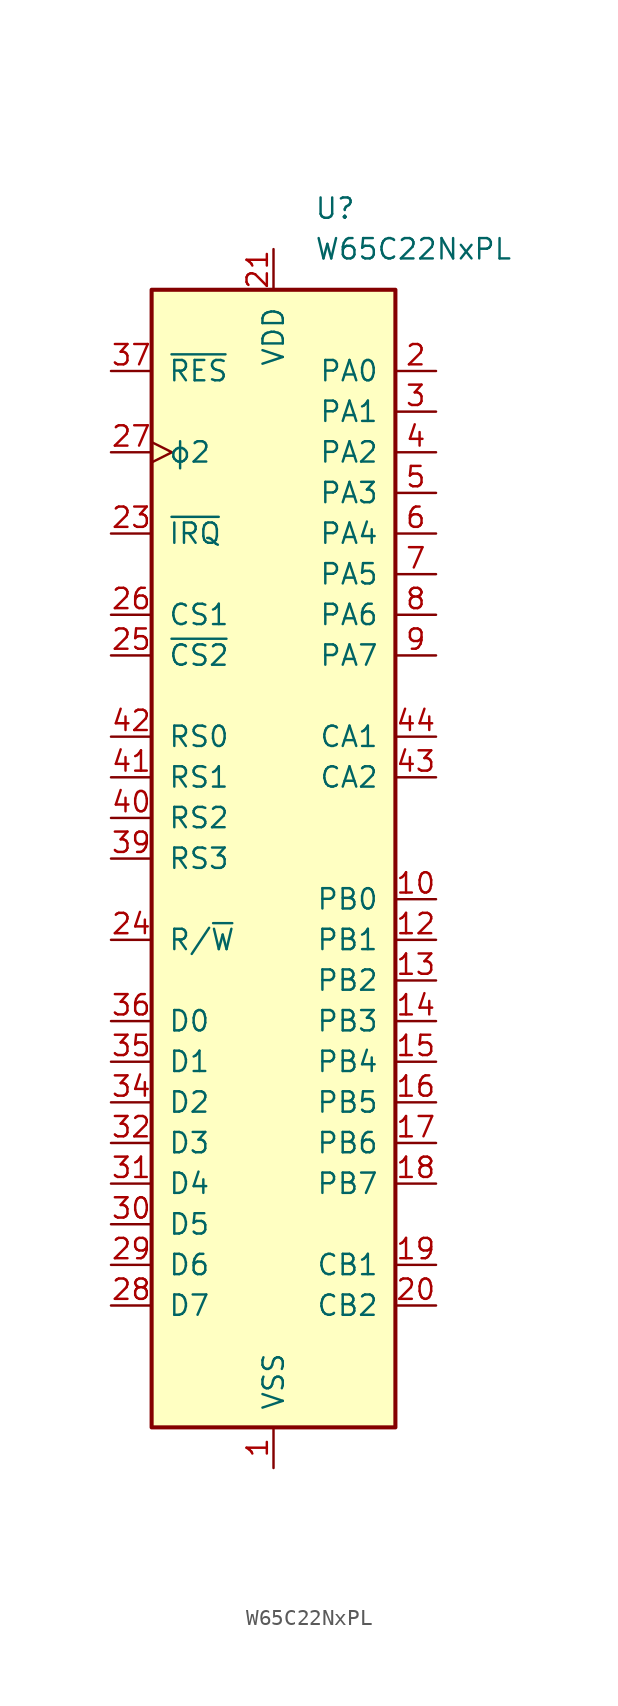
<source format=kicad_sym>
(kicad_symbol_lib
  (version 20211014)
  (generator kicad_symbol_editor)
  (symbol "W65C22NxPL"
    (pin_names
      (offset 1.016))
    (property "Reference" "U"
      (at 2.54 40.64 0)
      (effects (font (size 1.27 1.27)) (justify left)))
    (property "Value" "W65C22NxPL"
      (at 2.54 38.1 0)
      (effects (font (size 1.27 1.27)) (justify left)))
    (symbol "W65C22NxPL_0_1"
      (rectangle (start -7.62 35.56) (end 7.62 -35.56) (stroke (width 0.254) (type default) (color 0 0 0 0)) (fill (type background))))
    (symbol "W65C22NxPL_1_1"
      (pin power_in line (at 0 -38.1 90) (length 2.54) (name "VSS" (effects (font (size 1.27 1.27)))) (number "1" (effects (font (size 1.27 1.27)))))
      (pin bidirectional line (at 10.16 -2.54 180) (length 2.54) (name "PB0" (effects (font (size 1.27 1.27)))) (number "10" (effects (font (size 1.27 1.27)))))
      (pin no_connect non_logic (at -7.62 22.86 0) (length 2.54) hide (name "nc" (effects (font (size 1.27 1.27)))) (number "11" (effects (font (size 1.27 1.27)))))
      (pin bidirectional line (at 10.16 -5.08 180) (length 2.54) (name "PB1" (effects (font (size 1.27 1.27)))) (number "12" (effects (font (size 1.27 1.27)))))
      (pin bidirectional line (at 10.16 -7.62 180) (length 2.54) (name "PB2" (effects (font (size 1.27 1.27)))) (number "13" (effects (font (size 1.27 1.27)))))
      (pin bidirectional line (at 10.16 -10.16 180) (length 2.54) (name "PB3" (effects (font (size 1.27 1.27)))) (number "14" (effects (font (size 1.27 1.27)))))
      (pin bidirectional line (at 10.16 -12.7 180) (length 2.54) (name "PB4" (effects (font (size 1.27 1.27)))) (number "15" (effects (font (size 1.27 1.27)))))
      (pin bidirectional line (at 10.16 -15.24 180) (length 2.54) (name "PB5" (effects (font (size 1.27 1.27)))) (number "16" (effects (font (size 1.27 1.27)))))
      (pin bidirectional line (at 10.16 -17.78 180) (length 2.54) (name "PB6" (effects (font (size 1.27 1.27)))) (number "17" (effects (font (size 1.27 1.27)))))
      (pin bidirectional line (at 10.16 -20.32 180) (length 2.54) (name "PB7" (effects (font (size 1.27 1.27)))) (number "18" (effects (font (size 1.27 1.27)))))
      (pin input line (at 10.16 -25.4 180) (length 2.54) (name "CB1" (effects (font (size 1.27 1.27)))) (number "19" (effects (font (size 1.27 1.27)))))
      (pin bidirectional line (at 10.16 30.48 180) (length 2.54) (name "PA0" (effects (font (size 1.27 1.27)))) (number "2" (effects (font (size 1.27 1.27)))))
      (pin bidirectional line (at 10.16 -27.94 180) (length 2.54) (name "CB2" (effects (font (size 1.27 1.27)))) (number "20" (effects (font (size 1.27 1.27)))))
      (pin power_in line (at 0 38.1 270) (length 2.54) (name "VDD" (effects (font (size 1.27 1.27)))) (number "21" (effects (font (size 1.27 1.27)))))
      (pin no_connect non_logic (at -7.62 10.16 0) (length 2.54) hide (name "nc" (effects (font (size 1.27 1.27)))) (number "22" (effects (font (size 1.27 1.27)))))
      (pin open_collector line (at -10.16 20.32 0) (length 2.54) (name "~{IRQ}" (effects (font (size 1.27 1.27)))) (number "23" (effects (font (size 1.27 1.27)))))
      (pin input line (at -10.16 -5.08 0) (length 2.54) (name "R/~{W}" (effects (font (size 1.27 1.27)))) (number "24" (effects (font (size 1.27 1.27)))))
      (pin input line (at -10.16 12.7 0) (length 2.54) (name "~{CS2}" (effects (font (size 1.27 1.27)))) (number "25" (effects (font (size 1.27 1.27)))))
      (pin input line (at -10.16 15.24 0) (length 2.54) (name "CS1" (effects (font (size 1.27 1.27)))) (number "26" (effects (font (size 1.27 1.27)))))
      (pin input clock (at -10.16 25.4 0) (length 2.54) (name "ϕ2" (effects (font (size 1.27 1.27)))) (number "27" (effects (font (size 1.27 1.27)))))
      (pin bidirectional line (at -10.16 -27.94 0) (length 2.54) (name "D7" (effects (font (size 1.27 1.27)))) (number "28" (effects (font (size 1.27 1.27)))))
      (pin bidirectional line (at -10.16 -25.4 0) (length 2.54) (name "D6" (effects (font (size 1.27 1.27)))) (number "29" (effects (font (size 1.27 1.27)))))
      (pin bidirectional line (at 10.16 27.94 180) (length 2.54) (name "PA1" (effects (font (size 1.27 1.27)))) (number "3" (effects (font (size 1.27 1.27)))))
      (pin bidirectional line (at -10.16 -22.86 0) (length 2.54) (name "D5" (effects (font (size 1.27 1.27)))) (number "30" (effects (font (size 1.27 1.27)))))
      (pin bidirectional line (at -10.16 -20.32 0) (length 2.54) (name "D4" (effects (font (size 1.27 1.27)))) (number "31" (effects (font (size 1.27 1.27)))))
      (pin bidirectional line (at -10.16 -17.78 0) (length 2.54) (name "D3" (effects (font (size 1.27 1.27)))) (number "32" (effects (font (size 1.27 1.27)))))
      (pin no_connect non_logic (at -7.62 -7.62 0) (length 2.54) hide (name "nc" (effects (font (size 1.27 1.27)))) (number "33" (effects (font (size 1.27 1.27)))))
      (pin bidirectional line (at -10.16 -15.24 0) (length 2.54) (name "D2" (effects (font (size 1.27 1.27)))) (number "34" (effects (font (size 1.27 1.27)))))
      (pin bidirectional line (at -10.16 -12.7 0) (length 2.54) (name "D1" (effects (font (size 1.27 1.27)))) (number "35" (effects (font (size 1.27 1.27)))))
      (pin bidirectional line (at -10.16 -10.16 0) (length 2.54) (name "D0" (effects (font (size 1.27 1.27)))) (number "36" (effects (font (size 1.27 1.27)))))
      (pin input line (at -10.16 30.48 0) (length 2.54) (name "~{RES}" (effects (font (size 1.27 1.27)))) (number "37" (effects (font (size 1.27 1.27)))))
      (pin no_connect non_logic (at -7.62 -30.48 0) (length 2.54) hide (name "nc" (effects (font (size 1.27 1.27)))) (number "38" (effects (font (size 1.27 1.27)))))
      (pin input line (at -10.16 0 0) (length 2.54) (name "RS3" (effects (font (size 1.27 1.27)))) (number "39" (effects (font (size 1.27 1.27)))))
      (pin bidirectional line (at 10.16 25.4 180) (length 2.54) (name "PA2" (effects (font (size 1.27 1.27)))) (number "4" (effects (font (size 1.27 1.27)))))
      (pin input line (at -10.16 2.54 0) (length 2.54) (name "RS2" (effects (font (size 1.27 1.27)))) (number "40" (effects (font (size 1.27 1.27)))))
      (pin input line (at -10.16 5.08 0) (length 2.54) (name "RS1" (effects (font (size 1.27 1.27)))) (number "41" (effects (font (size 1.27 1.27)))))
      (pin input line (at -10.16 7.62 0) (length 2.54) (name "RS0" (effects (font (size 1.27 1.27)))) (number "42" (effects (font (size 1.27 1.27)))))
      (pin bidirectional line (at 10.16 5.08 180) (length 2.54) (name "CA2" (effects (font (size 1.27 1.27)))) (number "43" (effects (font (size 1.27 1.27)))))
      (pin input line (at 10.16 7.62 180) (length 2.54) (name "CA1" (effects (font (size 1.27 1.27)))) (number "44" (effects (font (size 1.27 1.27)))))
      (pin bidirectional line (at 10.16 22.86 180) (length 2.54) (name "PA3" (effects (font (size 1.27 1.27)))) (number "5" (effects (font (size 1.27 1.27)))))
      (pin bidirectional line (at 10.16 20.32 180) (length 2.54) (name "PA4" (effects (font (size 1.27 1.27)))) (number "6" (effects (font (size 1.27 1.27)))))
      (pin bidirectional line (at 10.16 17.78 180) (length 2.54) (name "PA5" (effects (font (size 1.27 1.27)))) (number "7" (effects (font (size 1.27 1.27)))))
      (pin bidirectional line (at 10.16 15.24 180) (length 2.54) (name "PA6" (effects (font (size 1.27 1.27)))) (number "8" (effects (font (size 1.27 1.27)))))
      (pin bidirectional line (at 10.16 12.7 180) (length 2.54) (name "PA7" (effects (font (size 1.27 1.27)))) (number "9" (effects (font (size 1.27 1.27))))))))
</source>
